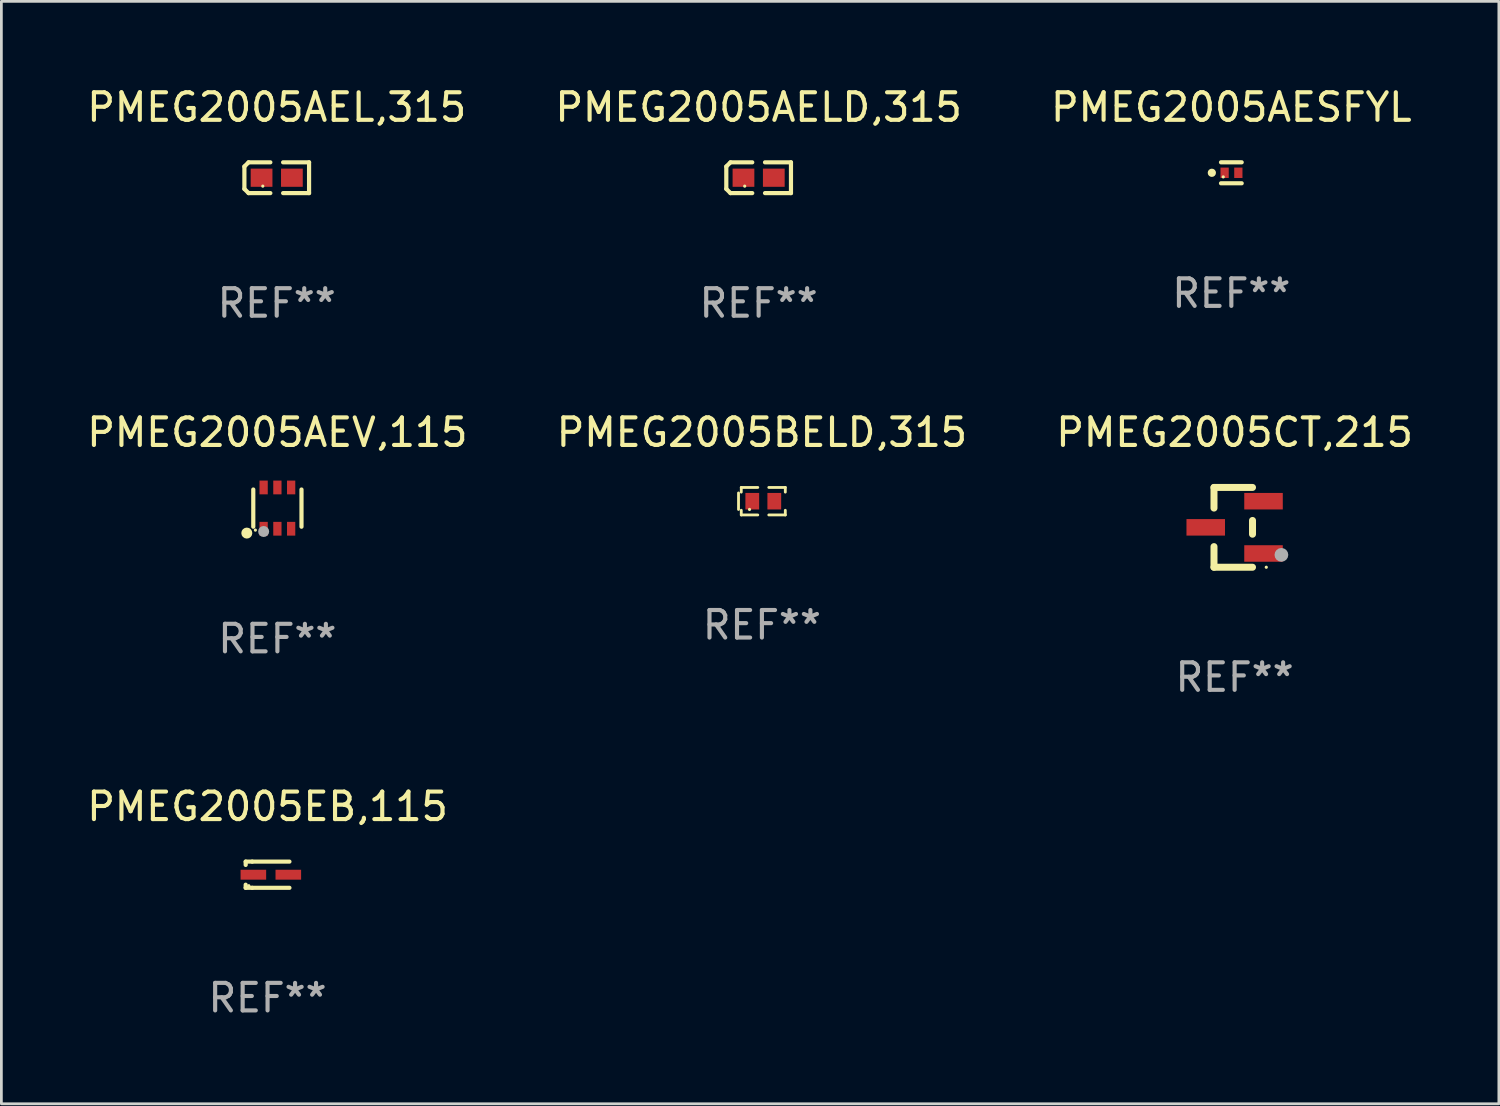
<source format=kicad_pcb>
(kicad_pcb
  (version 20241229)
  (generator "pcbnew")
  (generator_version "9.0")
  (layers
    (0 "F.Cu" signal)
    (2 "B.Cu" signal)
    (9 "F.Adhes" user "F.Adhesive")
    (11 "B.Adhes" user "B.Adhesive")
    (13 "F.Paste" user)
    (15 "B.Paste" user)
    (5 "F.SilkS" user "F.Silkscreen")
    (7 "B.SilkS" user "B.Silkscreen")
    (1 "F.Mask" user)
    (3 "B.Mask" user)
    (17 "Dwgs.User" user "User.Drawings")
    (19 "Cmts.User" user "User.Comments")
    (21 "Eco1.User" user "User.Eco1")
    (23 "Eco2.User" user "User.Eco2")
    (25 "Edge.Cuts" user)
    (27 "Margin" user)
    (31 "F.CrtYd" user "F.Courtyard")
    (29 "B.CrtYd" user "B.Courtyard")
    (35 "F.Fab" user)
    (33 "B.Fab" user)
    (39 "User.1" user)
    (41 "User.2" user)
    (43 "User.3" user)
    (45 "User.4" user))
  (footprint "PMEG2005AELD,315"
    (layer "F.Cu")
    (at 24.518 3.408)
    (property "Reference" "PMEG2005AELD,315" (at 0 -2.559 0) (layer "F.SilkS") (effects (font (size 1 1) (thickness 0.15))))
    (attr through_hole)
    (fp_line (start -1.175 -0.407) (end -1.023 -0.559) (stroke (width 0.152) (type solid)) (layer "F.SilkS"))
    (fp_line (start -1.175 0.407) (end -1.175 -0.407) (stroke (width 0.152) (type solid)) (layer "F.SilkS"))
    (fp_line (start -1.023 -0.559) (end -0.232 -0.559) (stroke (width 0.152) (type solid)) (layer "F.SilkS"))
    (fp_line (start -1.023 0.559) (end -1.175 0.407) (stroke (width 0.152) (type solid)) (layer "F.SilkS"))
    (fp_line (start -0.232 0.559) (end -1.023 0.559) (stroke (width 0.152) (type solid)) (layer "F.SilkS"))
    (fp_line (start 0.232 0.559) (end 1.175 0.559) (stroke (width 0.152) (type solid)) (layer "F.SilkS"))
    (fp_line (start 1.175 -0.559) (end 0.232 -0.559) (stroke (width 0.152) (type solid)) (layer "F.SilkS"))
    (fp_line (start 1.175 0.559) (end 1.175 -0.559) (stroke (width 0.152) (type solid)) (layer "F.SilkS"))
    (fp_circle (center -0.506 0.306) (end -0.476 0.306) (stroke (width 0.06) (type solid)) (fill no) (layer "F.SilkS"))
    (fp_text user "REF**" (at 0 4.559 0) (layer "F.Fab") (effects (font (size 1 1) (thickness 0.15))))
    (pad "1" smd rect (at -0.551 0) (size 0.79 0.661) (layers "F.Cu" "F.Mask" "F.Paste"))
    (pad "2" smd rect (at 0.551 0) (size 0.79 0.661) (layers "F.Cu" "F.Mask" "F.Paste")))
  (footprint "PMEG2005BELD,315"
    (layer "F.Cu")
    (at 24.637 15.163)
    (property "Reference" "PMEG2005BELD,315" (at 0 -2.5 0) (layer "F.SilkS") (effects (font (size 1 1) (thickness 0.15))))
    (attr through_hole)
    (fp_line (start -0.85 -0.3) (end -0.85 0.3) (stroke (width 0.102) (type solid)) (layer "F.SilkS"))
    (fp_line (start -0.75 -0.5) (end -0.75 -0.329) (stroke (width 0.102) (type solid)) (layer "F.SilkS"))
    (fp_line (start -0.75 0.329) (end -0.75 0.5) (stroke (width 0.102) (type solid)) (layer "F.SilkS"))
    (fp_line (start -0.75 0.5) (end -0.15 0.5) (stroke (width 0.102) (type solid)) (layer "F.SilkS"))
    (fp_line (start -0.15 -0.5) (end -0.75 -0.5) (stroke (width 0.102) (type solid)) (layer "F.SilkS"))
    (fp_line (start 0.25 -0.5) (end 0.85 -0.5) (stroke (width 0.102) (type solid)) (layer "F.SilkS"))
    (fp_line (start 0.85 -0.5) (end 0.85 -0.33) (stroke (width 0.102) (type solid)) (layer "F.SilkS"))
    (fp_line (start 0.85 0.33) (end 0.85 0.5) (stroke (width 0.102) (type solid)) (layer "F.SilkS"))
    (fp_line (start 0.85 0.5) (end 0.25 0.5) (stroke (width 0.102) (type solid)) (layer "F.SilkS"))
    (fp_circle (center -0.45 0.3) (end -0.42 0.3) (stroke (width 0.06) (type solid)) (fill no) (layer "F.SilkS"))
    (fp_text user "REF**" (at 0 4.5 0) (layer "F.Fab") (effects (font (size 1 1) (thickness 0.15))))
    (pad "1" smd rect (at -0.35 0) (size 0.5 0.6) (layers "F.Cu" "F.Mask" "F.Paste"))
    (pad "2" smd rect (at 0.45 0) (size 0.5 0.6) (layers "F.Cu" "F.Mask" "F.Paste")))
  (footprint "PMEG2005AESFYL"
    (layer "F.Cu")
    (at 41.696 3.229)
    (property "Reference" "PMEG2005AESFYL" (at 0 -2.381 0) (layer "F.SilkS") (effects (font (size 1 1) (thickness 0.15))))
    (attr through_hole)
    (fp_line (start -0.376 -0.381) (end 0.376 -0.381) (stroke (width 0.152) (type solid)) (layer "F.SilkS"))
    (fp_line (start -0.376 0.381) (end 0.376 0.381) (stroke (width 0.152) (type solid)) (layer "F.SilkS"))
    (fp_circle (center -0.709 0) (end -0.634 0) (stroke (width 0.15) (type solid)) (fill no) (layer "F.SilkS"))
    (fp_circle (center -0.295 0.15) (end -0.265 0.15) (stroke (width 0.06) (type solid)) (fill no) (layer "F.SilkS"))
    (fp_text user "REF**" (at 0 4.381 0) (layer "F.Fab") (effects (font (size 1 1) (thickness 0.15))))
    (pad "1" smd rect (at -0.245 0) (size 0.3 0.378) (layers "F.Cu" "F.Mask" "F.Paste"))
    (pad "2" smd rect (at 0.254 0) (size 0.3 0.378) (layers "F.Cu" "F.Mask" "F.Paste")))
  (footprint "PMEG2005AEL,315"
    (layer "F.Cu")
    (at 7.006 3.408)
    (property "Reference" "PMEG2005AEL,315" (at 0 -2.559 0) (layer "F.SilkS") (effects (font (size 1 1) (thickness 0.15))))
    (attr through_hole)
    (fp_line (start -1.175 -0.407) (end -1.023 -0.559) (stroke (width 0.152) (type solid)) (layer "F.SilkS"))
    (fp_line (start -1.175 0.407) (end -1.175 -0.407) (stroke (width 0.152) (type solid)) (layer "F.SilkS"))
    (fp_line (start -1.023 -0.559) (end -0.232 -0.559) (stroke (width 0.152) (type solid)) (layer "F.SilkS"))
    (fp_line (start -1.023 0.559) (end -1.175 0.407) (stroke (width 0.152) (type solid)) (layer "F.SilkS"))
    (fp_line (start -0.232 0.559) (end -1.023 0.559) (stroke (width 0.152) (type solid)) (layer "F.SilkS"))
    (fp_line (start 0.232 0.559) (end 1.175 0.559) (stroke (width 0.152) (type solid)) (layer "F.SilkS"))
    (fp_line (start 1.175 -0.559) (end 0.232 -0.559) (stroke (width 0.152) (type solid)) (layer "F.SilkS"))
    (fp_line (start 1.175 0.559) (end 1.175 -0.559) (stroke (width 0.152) (type solid)) (layer "F.SilkS"))
    (fp_circle (center -0.506 0.306) (end -0.476 0.306) (stroke (width 0.06) (type solid)) (fill no) (layer "F.SilkS"))
    (fp_text user "REF**" (at 0 4.559 0) (layer "F.Fab") (effects (font (size 1 1) (thickness 0.15))))
    (pad "1" smd rect (at -0.551 0) (size 0.79 0.661) (layers "F.Cu" "F.Mask" "F.Paste"))
    (pad "2" smd rect (at 0.551 0) (size 0.79 0.661) (layers "F.Cu" "F.Mask" "F.Paste")))
  (footprint "PMEG2005EB,115"
    (layer "F.Cu")
    (at 6.673 28.736)
    (property "Reference" "PMEG2005EB,115" (at 0 -2.476 0) (layer "F.SilkS") (effects (font (size 1 1) (thickness 0.15))))
    (attr through_hole)
    (fp_line (start -0.795 -0.476) (end -0.795 -0.356) (stroke (width 0.152) (type solid)) (layer "F.SilkS"))
    (fp_line (start -0.795 0.363) (end -0.795 0.476) (stroke (width 0.152) (type solid)) (layer "F.SilkS"))
    (fp_line (start -0.795 0.476) (end -0.557 0.476) (stroke (width 0.152) (type solid)) (layer "F.SilkS"))
    (fp_line (start -0.557 -0.476) (end -0.795 -0.476) (stroke (width 0.152) (type solid)) (layer "F.SilkS"))
    (fp_line (start -0.557 -0.476) (end 0.795 -0.476) (stroke (width 0.152) (type solid)) (layer "F.SilkS"))
    (fp_line (start -0.557 0.476) (end 0.795 0.476) (stroke (width 0.152) (type solid)) (layer "F.SilkS"))
    (fp_circle (center -0.681 0.4) (end -0.651 0.4) (stroke (width 0.06) (type solid)) (fill no) (layer "F.SilkS"))
    (fp_text user "REF**" (at 0 4.476 0) (layer "F.Fab") (effects (font (size 1 1) (thickness 0.15))))
    (pad "1" smd rect (at -0.516 0 180) (size 0.93 0.36) (layers "F.Cu" "F.Mask" "F.Paste"))
    (pad "2" smd rect (at 0.754 0 180) (size 0.93 0.36) (layers "F.Cu" "F.Mask" "F.Paste")))
  (footprint "PMEG2005CT,215"
    (layer "F.Cu")
    (at 41.815 16.113)
    (property "Reference" "PMEG2005CT,215" (at 0 -3.45 0) (layer "F.SilkS") (effects (font (size 1 1) (thickness 0.15))))
    (attr through_hole)
    (fp_line (start -0.75 -1.45) (end 0.65 -1.45) (stroke (width 0.254) (type solid)) (layer "F.SilkS"))
    (fp_line (start -0.75 -0.7) (end -0.75 -1.45) (stroke (width 0.254) (type solid)) (layer "F.SilkS"))
    (fp_line (start -0.75 1.45) (end -0.75 0.7) (stroke (width 0.254) (type solid)) (layer "F.SilkS"))
    (fp_line (start -0.75 1.45) (end 0.65 1.45) (stroke (width 0.254) (type solid)) (layer "F.SilkS"))
    (fp_line (start 0.65 0.25) (end 0.65 -0.25) (stroke (width 0.254) (type solid)) (layer "F.SilkS"))
    (fp_circle (center 1.15 1.45) (end 1.18 1.45) (stroke (width 0.06) (type solid)) (fill no) (layer "F.SilkS"))
    (fp_circle (center 1.7 1) (end 1.825 1) (stroke (width 0.25) (type solid)) (fill no) (layer "F.Fab"))
    (fp_text user "REF**" (at 0 5.45 0) (layer "F.Fab") (effects (font (size 1 1) (thickness 0.15))))
    (pad "1" smd rect (at 1.05 0.95) (size 1.4 0.6) (layers "F.Cu" "F.Mask" "F.Paste"))
    (pad "2" smd rect (at 1.05 -0.95) (size 1.4 0.6) (layers "F.Cu" "F.Mask" "F.Paste"))
    (pad "3" smd rect (at -1.05 0) (size 1.4 0.6) (layers "F.Cu" "F.Mask" "F.Paste")))
  (footprint "PMEG2005AEV,115"
    (layer "F.Cu")
    (at 7.03 15.414)
    (property "Reference" "PMEG2005AEV,115" (at 0 -2.75 0) (layer "F.SilkS") (effects (font (size 1 1) (thickness 0.15))))
    (attr through_hole)
    (fp_line (start -0.876 0.676) (end -0.876 -0.676) (stroke (width 0.152) (type solid)) (layer "F.SilkS"))
    (fp_line (start 0.876 0.676) (end 0.876 -0.676) (stroke (width 0.152) (type solid)) (layer "F.SilkS"))
    (fp_circle (center -1.111 0.908) (end -1.011 0.908) (stroke (width 0.2) (type solid)) (fill no) (layer "F.SilkS"))
    (fp_circle (center -0.8 0.8) (end -0.77 0.8) (stroke (width 0.06) (type solid)) (fill no) (layer "F.SilkS"))
    (fp_circle (center -0.499 0.85) (end -0.399 0.85) (stroke (width 0.2) (type solid)) (fill no) (layer "F.Fab"))
    (fp_text user "REF**" (at 0 4.75 0) (layer "F.Fab") (effects (font (size 1 1) (thickness 0.15))))
    (pad "1" smd rect (at -0.5 0.75) (size 0.3 0.5) (layers "F.Cu" "F.Mask" "F.Paste"))
    (pad "2" smd rect (at 0 0.75) (size 0.3 0.5) (layers "F.Cu" "F.Mask" "F.Paste"))
    (pad "3" smd rect (at 0.5 0.75) (size 0.3 0.5) (layers "F.Cu" "F.Mask" "F.Paste"))
    (pad "4" smd rect (at 0.5 -0.75) (size 0.3 0.5) (layers "F.Cu" "F.Mask" "F.Paste"))
    (pad "5" smd rect (at 0 -0.75) (size 0.3 0.5) (layers "F.Cu" "F.Mask" "F.Paste"))
    (pad "6" smd rect (at -0.5 -0.75) (size 0.3 0.5) (layers "F.Cu" "F.Mask" "F.Paste")))
  (gr_rect
    (start -3 -3)
    (end 51.417 37.061)
    (stroke (width 0.1) (type default))
    (fill no)
    (layer "Edge.Cuts")))
</source>
